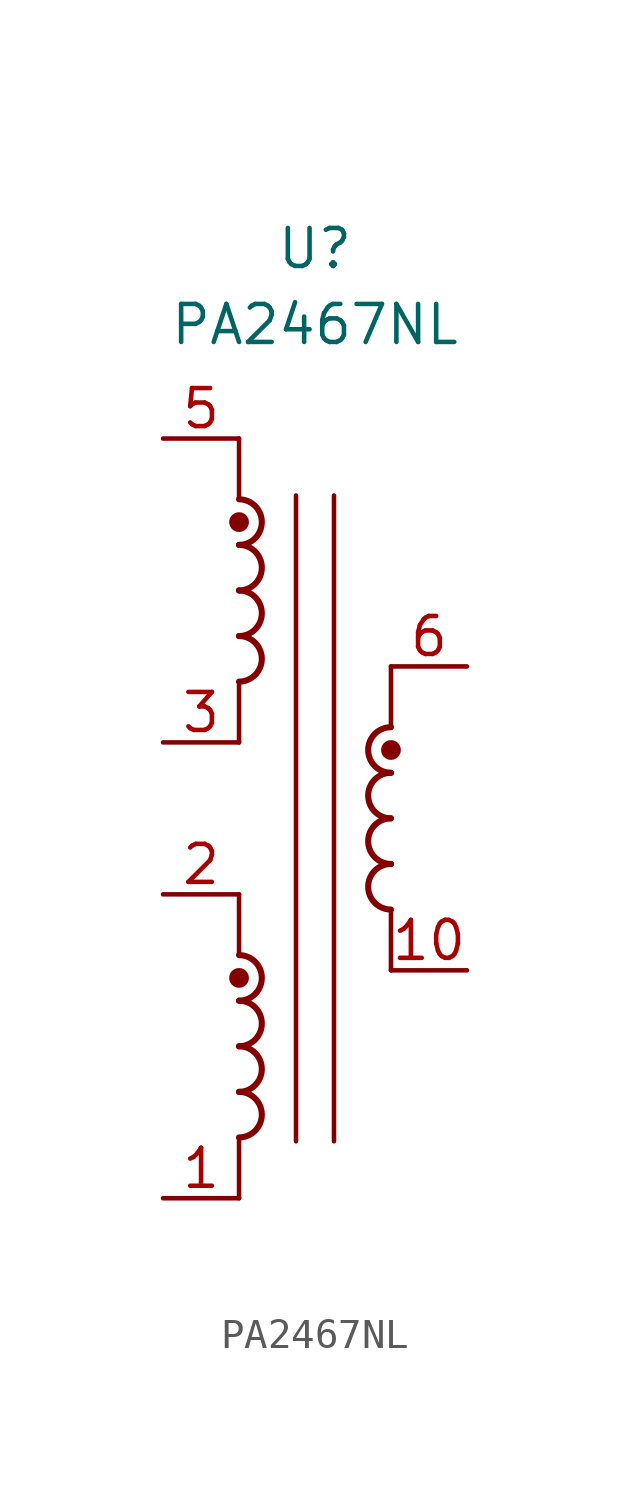
<source format=kicad_sym>
(kicad_symbol_lib
  (version 20220914)
  (generator kicad_symbol_editor)
  (symbol "PA2467NL"
    (property "Reference" "U"
      (at 0 19.05 0)
      (effects (font (size 1.27 1.27))))
    (property "Value" "PA2467NL"
      (at 0 16.51 0)
      (effects (font (size 1.27 1.27))))
    (symbol "PA2467NL_0_1"
      (arc (start -2.54 -10.668) (mid -1.7813 -9.906) (end -2.54 -9.144) (stroke (width 0.2032) (type default)) (fill (type none)))
      (arc (start -2.54 -9.144) (mid -1.7813 -8.382) (end -2.54 -7.62) (stroke (width 0.2032) (type default)) (fill (type none)))
      (arc (start -2.54 -7.62) (mid -1.7813 -6.858) (end -2.54 -6.096) (stroke (width 0.2032) (type default)) (fill (type none)))
      (arc (start -2.54 -6.096) (mid -1.7813 -5.334) (end -2.54 -4.572) (stroke (width 0.2032) (type default)) (fill (type none)))
      (circle (center -2.54 -5.334) (radius 0.254) (stroke (width 0) (type default)) (fill (type outline)))
      (arc (start -2.54 4.572) (mid -1.7813 5.334) (end -2.54 6.096) (stroke (width 0.2032) (type default)) (fill (type none)))
      (arc (start -2.54 6.096) (mid -1.7813 6.858) (end -2.54 7.62) (stroke (width 0.2032) (type default)) (fill (type none)))
      (arc (start -2.54 7.62) (mid -1.7813 8.382) (end -2.54 9.144) (stroke (width 0.2032) (type default)) (fill (type none)))
      (arc (start -2.54 9.144) (mid -1.7813 9.906) (end -2.54 10.668) (stroke (width 0.2032) (type default)) (fill (type none)))
      (circle (center -2.54 9.906) (radius 0.254) (stroke (width 0) (type default)) (fill (type outline)))
      (polyline (pts (xy -2.54 -10.668) (xy -2.54 -12.7)) (stroke (width 0) (type default)) (fill (type none)))
      (polyline (pts (xy -2.54 -2.54) (xy -2.54 -4.572)) (stroke (width 0) (type default)) (fill (type none)))
      (polyline (pts (xy -2.54 4.572) (xy -2.54 2.54)) (stroke (width 0) (type default)) (fill (type none)))
      (polyline (pts (xy -2.54 12.7) (xy -2.54 10.668)) (stroke (width 0) (type default)) (fill (type none)))
      (polyline (pts (xy -0.635 10.795) (xy -0.635 -10.795)) (stroke (width 0) (type default)) (fill (type none)))
      (polyline (pts (xy 0.635 10.795) (xy 0.635 -10.795)) (stroke (width 0) (type default)) (fill (type none)))
      (polyline (pts (xy 2.54 -3.048) (xy 2.54 -5.08)) (stroke (width 0) (type default)) (fill (type none)))
      (polyline (pts (xy 2.54 5.08) (xy 2.54 3.048)) (stroke (width 0) (type default)) (fill (type none)))
      (arc (start 2.54 -1.524) (mid 1.7813 -2.286) (end 2.54 -3.048) (stroke (width 0.2032) (type default)) (fill (type none)))
      (arc (start 2.54 0) (mid 1.7813 -0.762) (end 2.54 -1.524) (stroke (width 0.2032) (type default)) (fill (type none)))
      (arc (start 2.54 1.524) (mid 1.7813 0.762) (end 2.54 0) (stroke (width 0.2032) (type default)) (fill (type none)))
      (circle (center 2.54 2.286) (radius 0.254) (stroke (width 0) (type default)) (fill (type outline))))
    (symbol "PA2467NL_1_1"
      (arc (start 2.54 3.048) (mid 1.7813 2.286) (end 2.54 1.524) (stroke (width 0.2032) (type default)) (fill (type none)))
      (pin passive line (at -5.08 -12.7 0) (length 2.54) (name "~" (effects (font (size 1.27 1.27)))) (number "1" (effects (font (size 1.27 1.27)))))
      (pin passive line (at 5.08 -5.08 180) (length 2.54) (name "~" (effects (font (size 1.27 1.27)))) (number "10" (effects (font (size 1.27 1.27)))))
      (pin passive line (at -5.08 -2.54 0) (length 2.54) (name "~" (effects (font (size 1.27 1.27)))) (number "2" (effects (font (size 1.27 1.27)))))
      (pin passive line (at -5.08 2.54 0) (length 2.54) (name "~" (effects (font (size 1.27 1.27)))) (number "3" (effects (font (size 1.27 1.27)))))
      (pin passive line (at -5.08 12.7 0) (length 2.54) (name "~" (effects (font (size 1.27 1.27)))) (number "5" (effects (font (size 1.27 1.27)))))
      (pin passive line (at 5.08 5.08 180) (length 2.54) (name "~" (effects (font (size 1.27 1.27)))) (number "6" (effects (font (size 1.27 1.27))))))))
</source>
